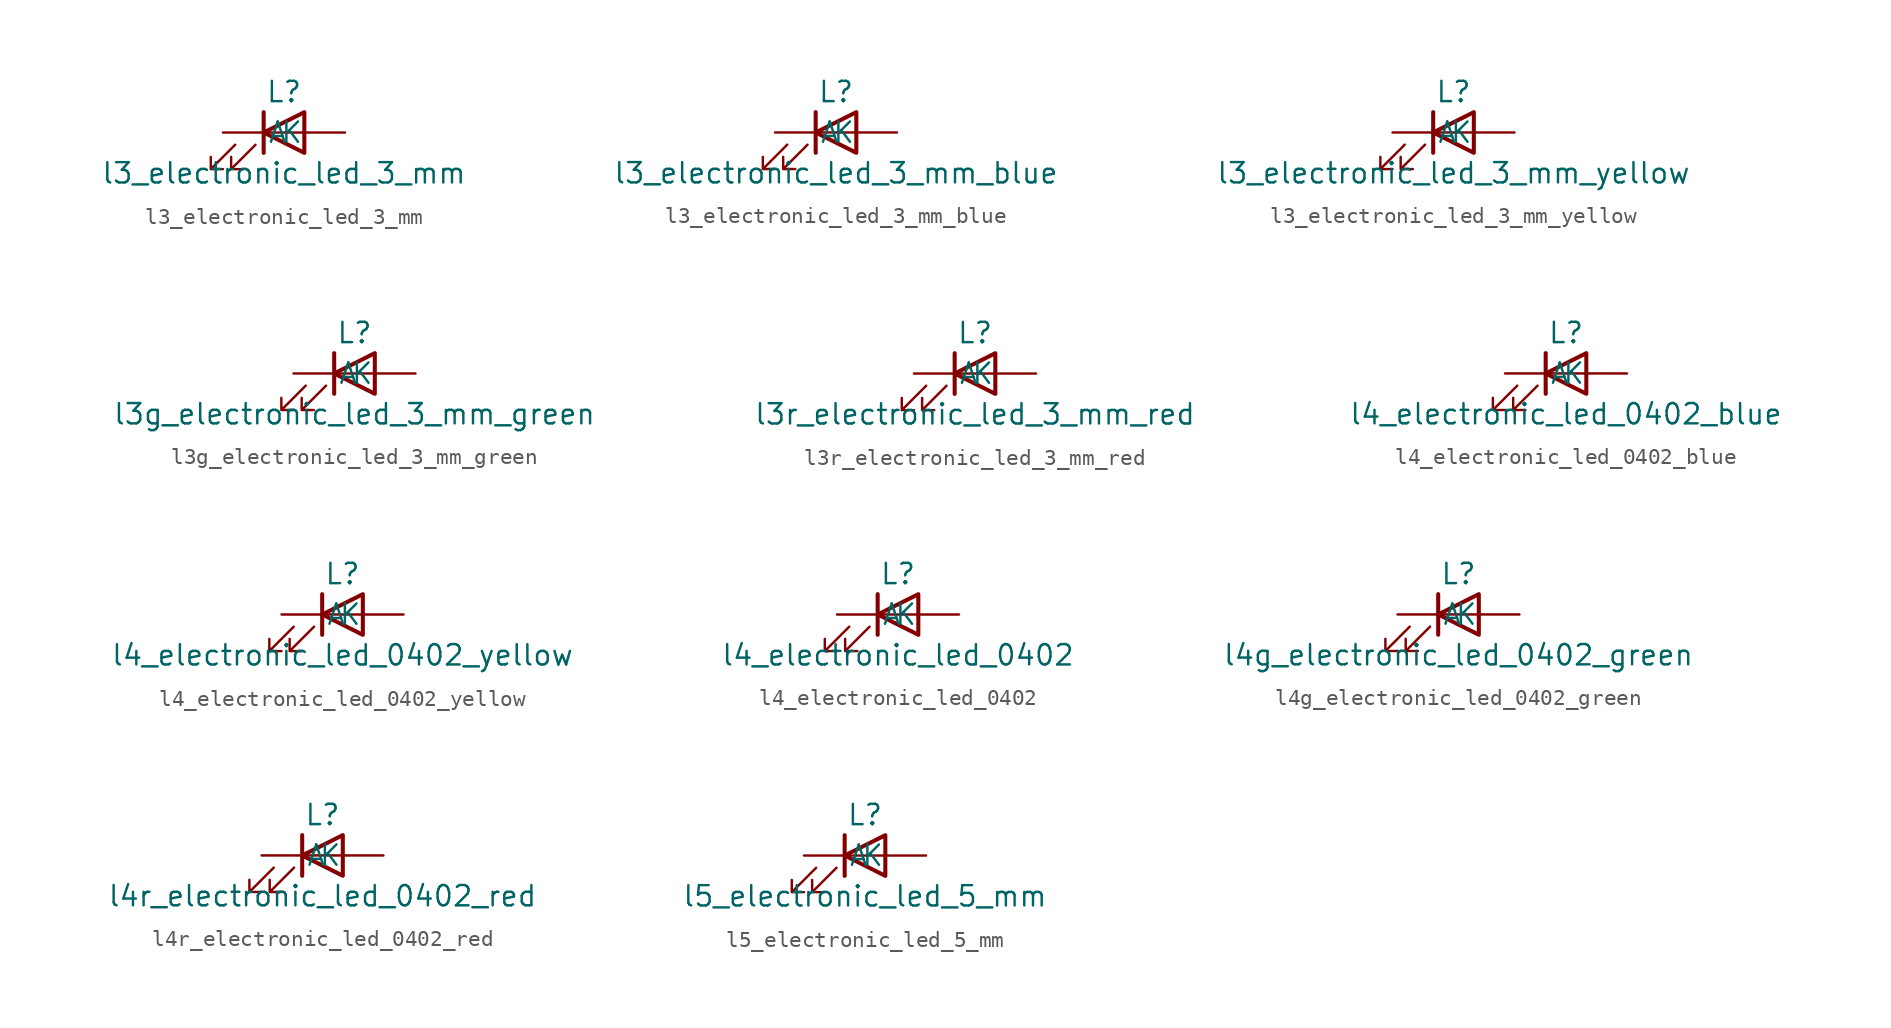
<source format=kicad_sym>
(kicad_symbol_lib
  (version 20220914)
  (generator kicad_symbol_editor)
  (symbol "l3_electronic_led_3_mm"
    (pin_numbers hide)
    (pin_names
      (offset 1.016))
    (property "Reference" "L"
      (at 0 2.54 0)
      (effects (font (size 1.27 1.27))))
    (property "Value" "l3_electronic_led_3_mm"
      (at 0 -2.54 0)
      (effects (font (size 1.27 1.27))))
    (symbol "l3_electronic_led_3_mm_0_1"
      (polyline (pts (xy -1.27 -1.27) (xy -1.27 1.27)) (stroke (width 0.254) (type default)) (fill (type none)))
      (polyline (pts (xy -1.27 0) (xy 1.27 0)) (stroke (width 0) (type default)) (fill (type none)))
      (polyline (pts (xy 1.27 -1.27) (xy 1.27 1.27) (xy -1.27 0) (xy 1.27 -1.27)) (stroke (width 0.254) (type default)) (fill (type none)))
      (polyline (pts (xy -3.048 -0.762) (xy -4.572 -2.286) (xy -3.81 -2.286) (xy -4.572 -2.286) (xy -4.572 -1.524)) (stroke (width 0) (type default)) (fill (type none)))
      (polyline (pts (xy -1.778 -0.762) (xy -3.302 -2.286) (xy -2.54 -2.286) (xy -3.302 -2.286) (xy -3.302 -1.524)) (stroke (width 0) (type default)) (fill (type none))))
    (symbol "l3_electronic_led_3_mm_1_1"
      (pin passive line (at -3.81 0 0) (length 2.54) (name "K" (effects (font (size 1.27 1.27)))) (number "1" (effects (font (size 1.27 1.27)))))
      (pin passive line (at 3.81 0 180) (length 2.54) (name "A" (effects (font (size 1.27 1.27)))) (number "2" (effects (font (size 1.27 1.27)))))))
  (symbol "l3_electronic_led_3_mm_blue"
    (pin_numbers hide)
    (pin_names
      (offset 1.016))
    (property "Reference" "L"
      (at 0 2.54 0)
      (effects (font (size 1.27 1.27))))
    (property "Value" "l3_electronic_led_3_mm_blue"
      (at 0 -2.54 0)
      (effects (font (size 1.27 1.27))))
    (symbol "l3_electronic_led_3_mm_blue_0_1"
      (polyline (pts (xy -1.27 -1.27) (xy -1.27 1.27)) (stroke (width 0.254) (type default)) (fill (type none)))
      (polyline (pts (xy -1.27 0) (xy 1.27 0)) (stroke (width 0) (type default)) (fill (type none)))
      (polyline (pts (xy 1.27 -1.27) (xy 1.27 1.27) (xy -1.27 0) (xy 1.27 -1.27)) (stroke (width 0.254) (type default)) (fill (type none)))
      (polyline (pts (xy -3.048 -0.762) (xy -4.572 -2.286) (xy -3.81 -2.286) (xy -4.572 -2.286) (xy -4.572 -1.524)) (stroke (width 0) (type default)) (fill (type none)))
      (polyline (pts (xy -1.778 -0.762) (xy -3.302 -2.286) (xy -2.54 -2.286) (xy -3.302 -2.286) (xy -3.302 -1.524)) (stroke (width 0) (type default)) (fill (type none))))
    (symbol "l3_electronic_led_3_mm_blue_1_1"
      (pin passive line (at -3.81 0 0) (length 2.54) (name "K" (effects (font (size 1.27 1.27)))) (number "1" (effects (font (size 1.27 1.27)))))
      (pin passive line (at 3.81 0 180) (length 2.54) (name "A" (effects (font (size 1.27 1.27)))) (number "2" (effects (font (size 1.27 1.27)))))))
  (symbol "l3_electronic_led_3_mm_yellow"
    (pin_numbers hide)
    (pin_names
      (offset 1.016))
    (property "Reference" "L"
      (at 0 2.54 0)
      (effects (font (size 1.27 1.27))))
    (property "Value" "l3_electronic_led_3_mm_yellow"
      (at 0 -2.54 0)
      (effects (font (size 1.27 1.27))))
    (symbol "l3_electronic_led_3_mm_yellow_0_1"
      (polyline (pts (xy -1.27 -1.27) (xy -1.27 1.27)) (stroke (width 0.254) (type default)) (fill (type none)))
      (polyline (pts (xy -1.27 0) (xy 1.27 0)) (stroke (width 0) (type default)) (fill (type none)))
      (polyline (pts (xy 1.27 -1.27) (xy 1.27 1.27) (xy -1.27 0) (xy 1.27 -1.27)) (stroke (width 0.254) (type default)) (fill (type none)))
      (polyline (pts (xy -3.048 -0.762) (xy -4.572 -2.286) (xy -3.81 -2.286) (xy -4.572 -2.286) (xy -4.572 -1.524)) (stroke (width 0) (type default)) (fill (type none)))
      (polyline (pts (xy -1.778 -0.762) (xy -3.302 -2.286) (xy -2.54 -2.286) (xy -3.302 -2.286) (xy -3.302 -1.524)) (stroke (width 0) (type default)) (fill (type none))))
    (symbol "l3_electronic_led_3_mm_yellow_1_1"
      (pin passive line (at -3.81 0 0) (length 2.54) (name "K" (effects (font (size 1.27 1.27)))) (number "1" (effects (font (size 1.27 1.27)))))
      (pin passive line (at 3.81 0 180) (length 2.54) (name "A" (effects (font (size 1.27 1.27)))) (number "2" (effects (font (size 1.27 1.27)))))))
  (symbol "l3g_electronic_led_3_mm_green"
    (pin_numbers hide)
    (pin_names
      (offset 1.016))
    (property "Reference" "L"
      (at 0 2.54 0)
      (effects (font (size 1.27 1.27))))
    (property "Value" "l3g_electronic_led_3_mm_green"
      (at 0 -2.54 0)
      (effects (font (size 1.27 1.27))))
    (symbol "l3g_electronic_led_3_mm_green_0_1"
      (polyline (pts (xy -1.27 -1.27) (xy -1.27 1.27)) (stroke (width 0.254) (type default)) (fill (type none)))
      (polyline (pts (xy -1.27 0) (xy 1.27 0)) (stroke (width 0) (type default)) (fill (type none)))
      (polyline (pts (xy 1.27 -1.27) (xy 1.27 1.27) (xy -1.27 0) (xy 1.27 -1.27)) (stroke (width 0.254) (type default)) (fill (type none)))
      (polyline (pts (xy -3.048 -0.762) (xy -4.572 -2.286) (xy -3.81 -2.286) (xy -4.572 -2.286) (xy -4.572 -1.524)) (stroke (width 0) (type default)) (fill (type none)))
      (polyline (pts (xy -1.778 -0.762) (xy -3.302 -2.286) (xy -2.54 -2.286) (xy -3.302 -2.286) (xy -3.302 -1.524)) (stroke (width 0) (type default)) (fill (type none))))
    (symbol "l3g_electronic_led_3_mm_green_1_1"
      (pin passive line (at -3.81 0 0) (length 2.54) (name "K" (effects (font (size 1.27 1.27)))) (number "1" (effects (font (size 1.27 1.27)))))
      (pin passive line (at 3.81 0 180) (length 2.54) (name "A" (effects (font (size 1.27 1.27)))) (number "2" (effects (font (size 1.27 1.27)))))))
  (symbol "l3r_electronic_led_3_mm_red"
    (pin_numbers hide)
    (pin_names
      (offset 1.016))
    (property "Reference" "L"
      (at 0 2.54 0)
      (effects (font (size 1.27 1.27))))
    (property "Value" "l3r_electronic_led_3_mm_red"
      (at 0 -2.54 0)
      (effects (font (size 1.27 1.27))))
    (symbol "l3r_electronic_led_3_mm_red_0_1"
      (polyline (pts (xy -1.27 -1.27) (xy -1.27 1.27)) (stroke (width 0.254) (type default)) (fill (type none)))
      (polyline (pts (xy -1.27 0) (xy 1.27 0)) (stroke (width 0) (type default)) (fill (type none)))
      (polyline (pts (xy 1.27 -1.27) (xy 1.27 1.27) (xy -1.27 0) (xy 1.27 -1.27)) (stroke (width 0.254) (type default)) (fill (type none)))
      (polyline (pts (xy -3.048 -0.762) (xy -4.572 -2.286) (xy -3.81 -2.286) (xy -4.572 -2.286) (xy -4.572 -1.524)) (stroke (width 0) (type default)) (fill (type none)))
      (polyline (pts (xy -1.778 -0.762) (xy -3.302 -2.286) (xy -2.54 -2.286) (xy -3.302 -2.286) (xy -3.302 -1.524)) (stroke (width 0) (type default)) (fill (type none))))
    (symbol "l3r_electronic_led_3_mm_red_1_1"
      (pin passive line (at -3.81 0 0) (length 2.54) (name "K" (effects (font (size 1.27 1.27)))) (number "1" (effects (font (size 1.27 1.27)))))
      (pin passive line (at 3.81 0 180) (length 2.54) (name "A" (effects (font (size 1.27 1.27)))) (number "2" (effects (font (size 1.27 1.27)))))))
  (symbol "l4_electronic_led_0402_blue"
    (pin_numbers hide)
    (pin_names
      (offset 1.016))
    (property "Reference" "L"
      (at 0 2.54 0)
      (effects (font (size 1.27 1.27))))
    (property "Value" "l4_electronic_led_0402_blue"
      (at 0 -2.54 0)
      (effects (font (size 1.27 1.27))))
    (symbol "l4_electronic_led_0402_blue_0_1"
      (polyline (pts (xy -1.27 -1.27) (xy -1.27 1.27)) (stroke (width 0.254) (type default)) (fill (type none)))
      (polyline (pts (xy -1.27 0) (xy 1.27 0)) (stroke (width 0) (type default)) (fill (type none)))
      (polyline (pts (xy 1.27 -1.27) (xy 1.27 1.27) (xy -1.27 0) (xy 1.27 -1.27)) (stroke (width 0.254) (type default)) (fill (type none)))
      (polyline (pts (xy -3.048 -0.762) (xy -4.572 -2.286) (xy -3.81 -2.286) (xy -4.572 -2.286) (xy -4.572 -1.524)) (stroke (width 0) (type default)) (fill (type none)))
      (polyline (pts (xy -1.778 -0.762) (xy -3.302 -2.286) (xy -2.54 -2.286) (xy -3.302 -2.286) (xy -3.302 -1.524)) (stroke (width 0) (type default)) (fill (type none))))
    (symbol "l4_electronic_led_0402_blue_1_1"
      (pin passive line (at -3.81 0 0) (length 2.54) (name "K" (effects (font (size 1.27 1.27)))) (number "1" (effects (font (size 1.27 1.27)))))
      (pin passive line (at 3.81 0 180) (length 2.54) (name "A" (effects (font (size 1.27 1.27)))) (number "2" (effects (font (size 1.27 1.27)))))))
  (symbol "l4_electronic_led_0402_yellow"
    (pin_numbers hide)
    (pin_names
      (offset 1.016))
    (property "Reference" "L"
      (at 0 2.54 0)
      (effects (font (size 1.27 1.27))))
    (property "Value" "l4_electronic_led_0402_yellow"
      (at 0 -2.54 0)
      (effects (font (size 1.27 1.27))))
    (symbol "l4_electronic_led_0402_yellow_0_1"
      (polyline (pts (xy -1.27 -1.27) (xy -1.27 1.27)) (stroke (width 0.254) (type default)) (fill (type none)))
      (polyline (pts (xy -1.27 0) (xy 1.27 0)) (stroke (width 0) (type default)) (fill (type none)))
      (polyline (pts (xy 1.27 -1.27) (xy 1.27 1.27) (xy -1.27 0) (xy 1.27 -1.27)) (stroke (width 0.254) (type default)) (fill (type none)))
      (polyline (pts (xy -3.048 -0.762) (xy -4.572 -2.286) (xy -3.81 -2.286) (xy -4.572 -2.286) (xy -4.572 -1.524)) (stroke (width 0) (type default)) (fill (type none)))
      (polyline (pts (xy -1.778 -0.762) (xy -3.302 -2.286) (xy -2.54 -2.286) (xy -3.302 -2.286) (xy -3.302 -1.524)) (stroke (width 0) (type default)) (fill (type none))))
    (symbol "l4_electronic_led_0402_yellow_1_1"
      (pin passive line (at -3.81 0 0) (length 2.54) (name "K" (effects (font (size 1.27 1.27)))) (number "1" (effects (font (size 1.27 1.27)))))
      (pin passive line (at 3.81 0 180) (length 2.54) (name "A" (effects (font (size 1.27 1.27)))) (number "2" (effects (font (size 1.27 1.27)))))))
  (symbol "l4_electronic_led_0402"
    (pin_numbers hide)
    (pin_names
      (offset 1.016))
    (property "Reference" "L"
      (at 0 2.54 0)
      (effects (font (size 1.27 1.27))))
    (property "Value" "l4_electronic_led_0402"
      (at 0 -2.54 0)
      (effects (font (size 1.27 1.27))))
    (symbol "l4_electronic_led_0402_0_1"
      (polyline (pts (xy -1.27 -1.27) (xy -1.27 1.27)) (stroke (width 0.254) (type default)) (fill (type none)))
      (polyline (pts (xy -1.27 0) (xy 1.27 0)) (stroke (width 0) (type default)) (fill (type none)))
      (polyline (pts (xy 1.27 -1.27) (xy 1.27 1.27) (xy -1.27 0) (xy 1.27 -1.27)) (stroke (width 0.254) (type default)) (fill (type none)))
      (polyline (pts (xy -3.048 -0.762) (xy -4.572 -2.286) (xy -3.81 -2.286) (xy -4.572 -2.286) (xy -4.572 -1.524)) (stroke (width 0) (type default)) (fill (type none)))
      (polyline (pts (xy -1.778 -0.762) (xy -3.302 -2.286) (xy -2.54 -2.286) (xy -3.302 -2.286) (xy -3.302 -1.524)) (stroke (width 0) (type default)) (fill (type none))))
    (symbol "l4_electronic_led_0402_1_1"
      (pin passive line (at -3.81 0 0) (length 2.54) (name "K" (effects (font (size 1.27 1.27)))) (number "1" (effects (font (size 1.27 1.27)))))
      (pin passive line (at 3.81 0 180) (length 2.54) (name "A" (effects (font (size 1.27 1.27)))) (number "2" (effects (font (size 1.27 1.27)))))))
  (symbol "l4g_electronic_led_0402_green"
    (pin_numbers hide)
    (pin_names
      (offset 1.016))
    (property "Reference" "L"
      (at 0 2.54 0)
      (effects (font (size 1.27 1.27))))
    (property "Value" "l4g_electronic_led_0402_green"
      (at 0 -2.54 0)
      (effects (font (size 1.27 1.27))))
    (symbol "l4g_electronic_led_0402_green_0_1"
      (polyline (pts (xy -1.27 -1.27) (xy -1.27 1.27)) (stroke (width 0.254) (type default)) (fill (type none)))
      (polyline (pts (xy -1.27 0) (xy 1.27 0)) (stroke (width 0) (type default)) (fill (type none)))
      (polyline (pts (xy 1.27 -1.27) (xy 1.27 1.27) (xy -1.27 0) (xy 1.27 -1.27)) (stroke (width 0.254) (type default)) (fill (type none)))
      (polyline (pts (xy -3.048 -0.762) (xy -4.572 -2.286) (xy -3.81 -2.286) (xy -4.572 -2.286) (xy -4.572 -1.524)) (stroke (width 0) (type default)) (fill (type none)))
      (polyline (pts (xy -1.778 -0.762) (xy -3.302 -2.286) (xy -2.54 -2.286) (xy -3.302 -2.286) (xy -3.302 -1.524)) (stroke (width 0) (type default)) (fill (type none))))
    (symbol "l4g_electronic_led_0402_green_1_1"
      (pin passive line (at -3.81 0 0) (length 2.54) (name "K" (effects (font (size 1.27 1.27)))) (number "1" (effects (font (size 1.27 1.27)))))
      (pin passive line (at 3.81 0 180) (length 2.54) (name "A" (effects (font (size 1.27 1.27)))) (number "2" (effects (font (size 1.27 1.27)))))))
  (symbol "l4r_electronic_led_0402_red"
    (pin_numbers hide)
    (pin_names
      (offset 1.016))
    (property "Reference" "L"
      (at 0 2.54 0)
      (effects (font (size 1.27 1.27))))
    (property "Value" "l4r_electronic_led_0402_red"
      (at 0 -2.54 0)
      (effects (font (size 1.27 1.27))))
    (symbol "l4r_electronic_led_0402_red_0_1"
      (polyline (pts (xy -1.27 -1.27) (xy -1.27 1.27)) (stroke (width 0.254) (type default)) (fill (type none)))
      (polyline (pts (xy -1.27 0) (xy 1.27 0)) (stroke (width 0) (type default)) (fill (type none)))
      (polyline (pts (xy 1.27 -1.27) (xy 1.27 1.27) (xy -1.27 0) (xy 1.27 -1.27)) (stroke (width 0.254) (type default)) (fill (type none)))
      (polyline (pts (xy -3.048 -0.762) (xy -4.572 -2.286) (xy -3.81 -2.286) (xy -4.572 -2.286) (xy -4.572 -1.524)) (stroke (width 0) (type default)) (fill (type none)))
      (polyline (pts (xy -1.778 -0.762) (xy -3.302 -2.286) (xy -2.54 -2.286) (xy -3.302 -2.286) (xy -3.302 -1.524)) (stroke (width 0) (type default)) (fill (type none))))
    (symbol "l4r_electronic_led_0402_red_1_1"
      (pin passive line (at -3.81 0 0) (length 2.54) (name "K" (effects (font (size 1.27 1.27)))) (number "1" (effects (font (size 1.27 1.27)))))
      (pin passive line (at 3.81 0 180) (length 2.54) (name "A" (effects (font (size 1.27 1.27)))) (number "2" (effects (font (size 1.27 1.27)))))))
  (symbol "l5_electronic_led_5_mm"
    (pin_numbers hide)
    (pin_names
      (offset 1.016))
    (property "Reference" "L"
      (at 0 2.54 0)
      (effects (font (size 1.27 1.27))))
    (property "Value" "l5_electronic_led_5_mm"
      (at 0 -2.54 0)
      (effects (font (size 1.27 1.27))))
    (symbol "l5_electronic_led_5_mm_0_1"
      (polyline (pts (xy -1.27 -1.27) (xy -1.27 1.27)) (stroke (width 0.254) (type default)) (fill (type none)))
      (polyline (pts (xy -1.27 0) (xy 1.27 0)) (stroke (width 0) (type default)) (fill (type none)))
      (polyline (pts (xy 1.27 -1.27) (xy 1.27 1.27) (xy -1.27 0) (xy 1.27 -1.27)) (stroke (width 0.254) (type default)) (fill (type none)))
      (polyline (pts (xy -3.048 -0.762) (xy -4.572 -2.286) (xy -3.81 -2.286) (xy -4.572 -2.286) (xy -4.572 -1.524)) (stroke (width 0) (type default)) (fill (type none)))
      (polyline (pts (xy -1.778 -0.762) (xy -3.302 -2.286) (xy -2.54 -2.286) (xy -3.302 -2.286) (xy -3.302 -1.524)) (stroke (width 0) (type default)) (fill (type none))))
    (symbol "l5_electronic_led_5_mm_1_1"
      (pin passive line (at -3.81 0 0) (length 2.54) (name "K" (effects (font (size 1.27 1.27)))) (number "1" (effects (font (size 1.27 1.27)))))
      (pin passive line (at 3.81 0 180) (length 2.54) (name "A" (effects (font (size 1.27 1.27)))) (number "2" (effects (font (size 1.27 1.27))))))))
</source>
